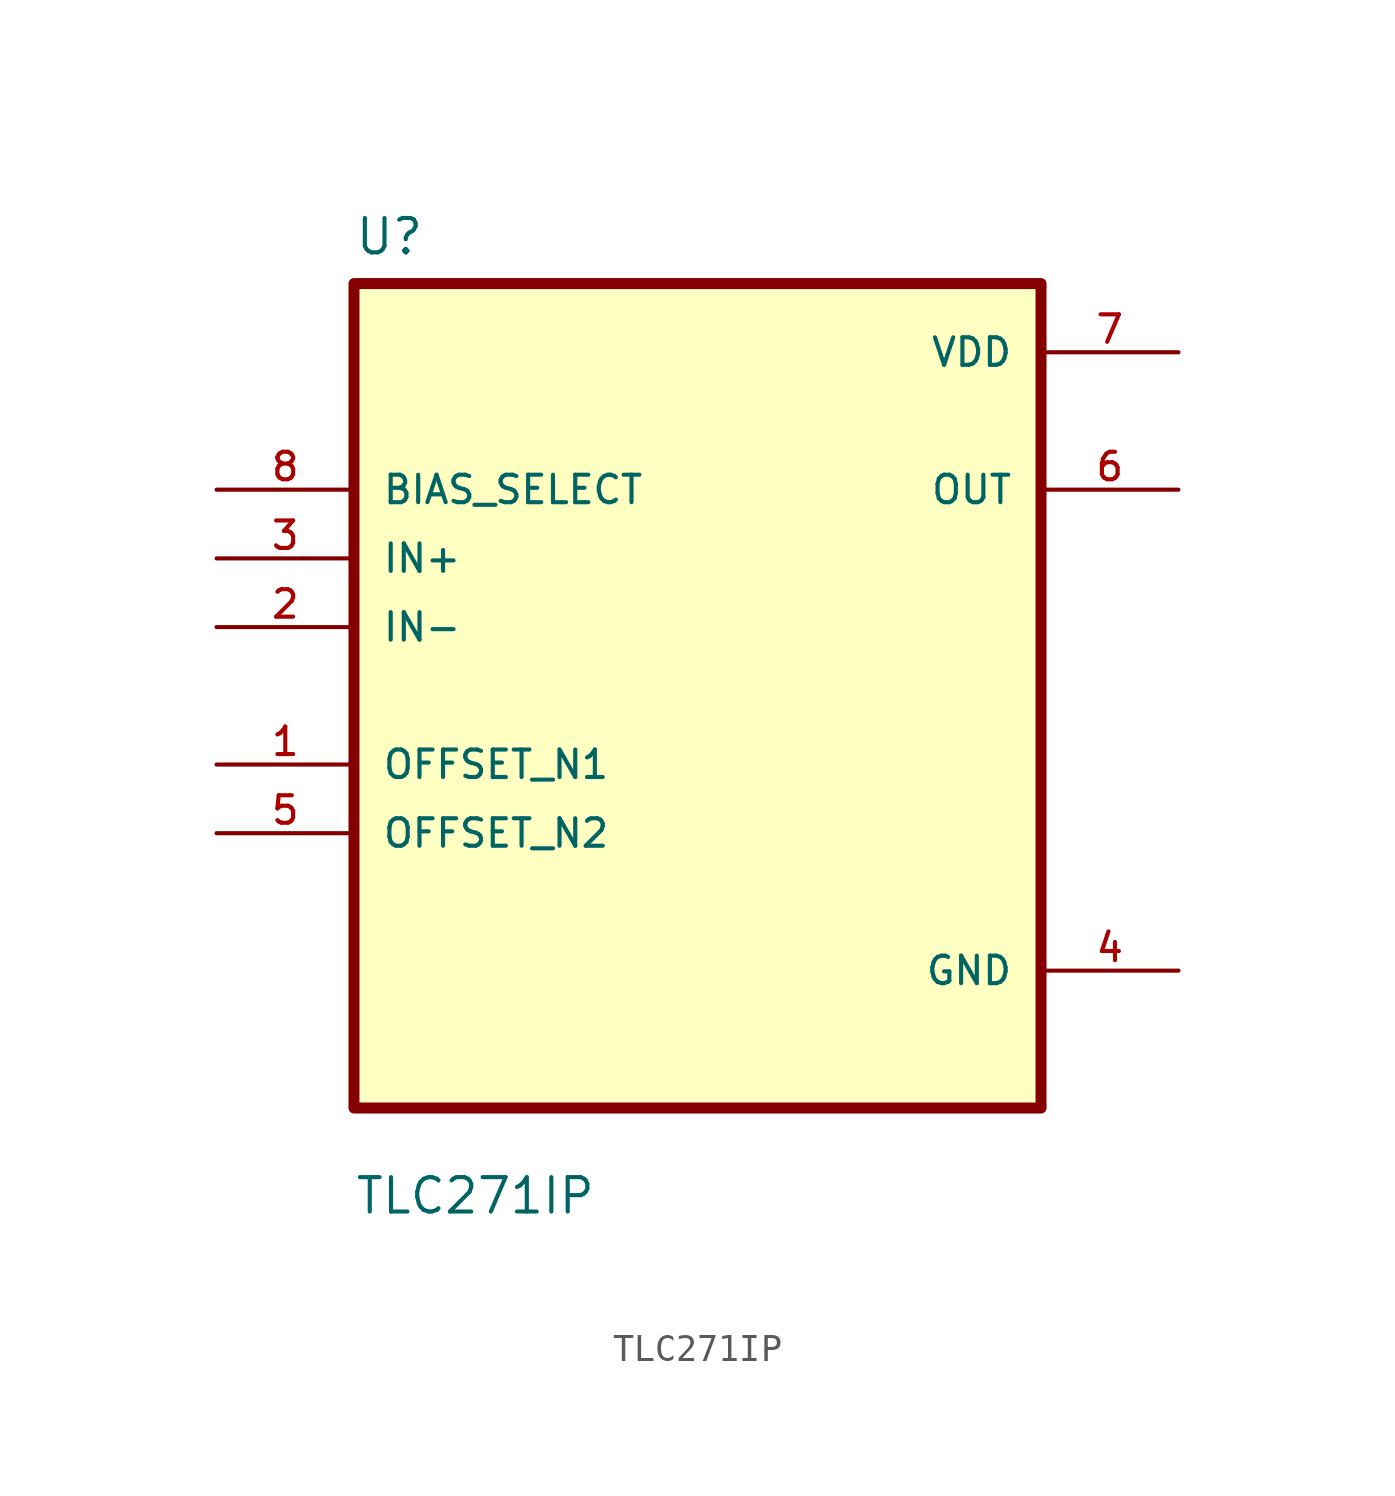
<source format=kicad_sym>
(kicad_symbol_lib
  (version 20220914)
  (generator kicad_symbol_editor)
  (symbol "TLC271IP"
    (pin_names
      (offset 1.016))
    (property "Reference" "U"
      (at -12.7 16.231 0)
      (effects (font (size 1.27 1.27)) (justify left bottom)))
    (property "Value" "TLC271IP"
      (at -12.7 -19.228 0)
      (effects (font (size 1.27 1.27)) (justify left bottom)))
    (property "ki_locked" ""
      (at 0 0 0)
      (effects (font (size 1.27 1.27))))
    (symbol "TLC271IP_0_0"
      (rectangle (start -12.7 -15.24) (end 12.7 15.24) (stroke (width 0.406) (type solid)) (fill (type background)))
      (pin bidirectional line (at -17.78 -2.54 0) (length 5.08) (name "OFFSET_N1" (effects (font (size 1.016 1.016)))) (number "1" (effects (font (size 1.016 1.016)))))
      (pin input line (at -17.78 2.54 0) (length 5.08) (name "IN-" (effects (font (size 1.016 1.016)))) (number "2" (effects (font (size 1.016 1.016)))))
      (pin input line (at -17.78 5.08 0) (length 5.08) (name "IN+" (effects (font (size 1.016 1.016)))) (number "3" (effects (font (size 1.016 1.016)))))
      (pin power_in line (at 17.78 -10.16 180) (length 5.08) (name "GND" (effects (font (size 1.016 1.016)))) (number "4" (effects (font (size 1.016 1.016)))))
      (pin bidirectional line (at -17.78 -5.08 0) (length 5.08) (name "OFFSET_N2" (effects (font (size 1.016 1.016)))) (number "5" (effects (font (size 1.016 1.016)))))
      (pin output line (at 17.78 7.62 180) (length 5.08) (name "OUT" (effects (font (size 1.016 1.016)))) (number "6" (effects (font (size 1.016 1.016)))))
      (pin power_in line (at 17.78 12.7 180) (length 5.08) (name "VDD" (effects (font (size 1.016 1.016)))) (number "7" (effects (font (size 1.016 1.016)))))
      (pin input line (at -17.78 7.62 0) (length 5.08) (name "BIAS_SELECT" (effects (font (size 1.016 1.016)))) (number "8" (effects (font (size 1.016 1.016))))))))
</source>
